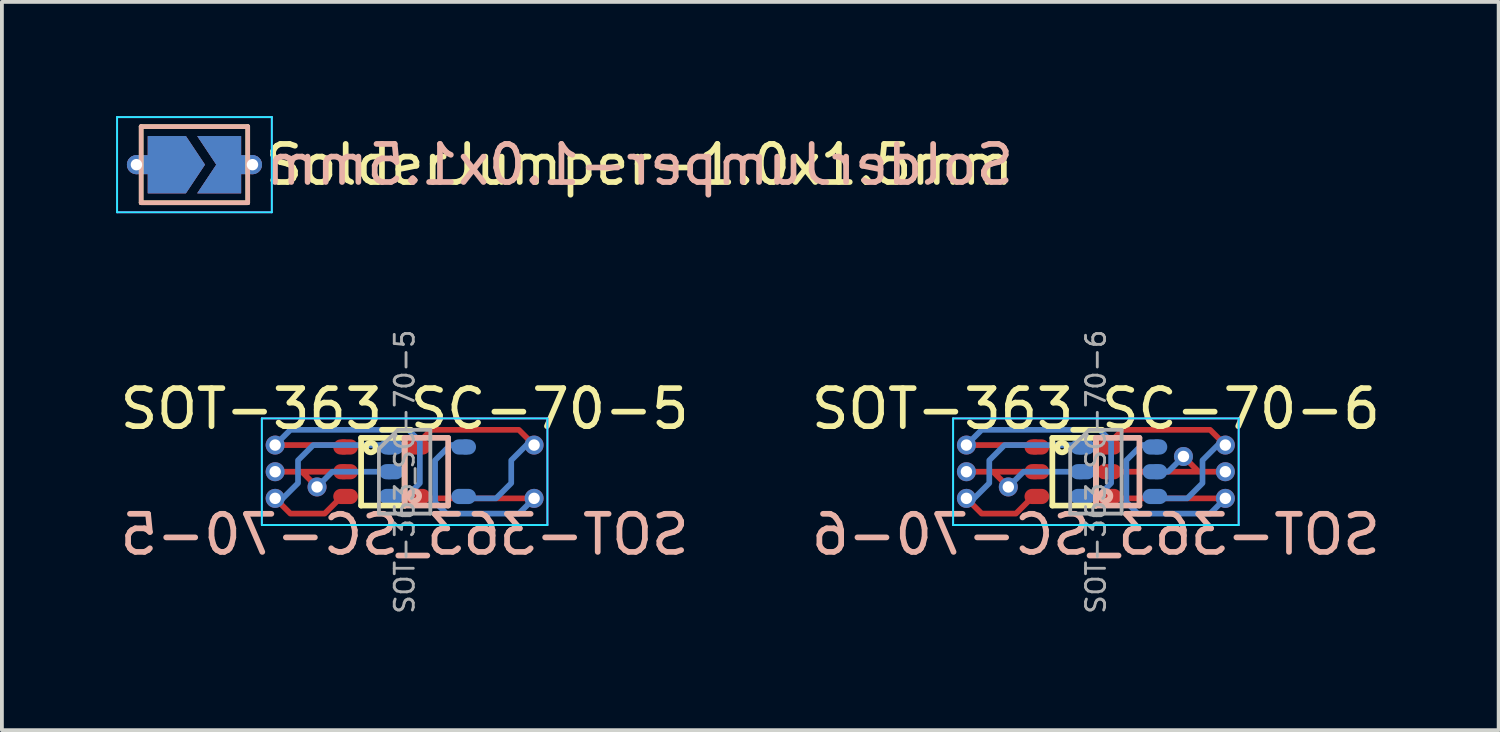
<source format=kicad_pcb>
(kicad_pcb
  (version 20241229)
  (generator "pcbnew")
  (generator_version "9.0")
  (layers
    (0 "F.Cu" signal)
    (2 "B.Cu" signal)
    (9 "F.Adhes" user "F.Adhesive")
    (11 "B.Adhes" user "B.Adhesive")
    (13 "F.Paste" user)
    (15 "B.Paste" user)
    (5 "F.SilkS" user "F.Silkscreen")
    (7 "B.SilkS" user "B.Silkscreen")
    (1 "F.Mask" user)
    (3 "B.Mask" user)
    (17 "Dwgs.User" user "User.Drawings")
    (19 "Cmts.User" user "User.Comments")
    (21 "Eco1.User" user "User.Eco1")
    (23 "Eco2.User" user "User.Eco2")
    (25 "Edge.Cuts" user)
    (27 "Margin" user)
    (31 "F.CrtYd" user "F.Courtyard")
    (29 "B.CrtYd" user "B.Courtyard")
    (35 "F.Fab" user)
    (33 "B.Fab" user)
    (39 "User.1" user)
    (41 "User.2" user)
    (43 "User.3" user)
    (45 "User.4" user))
  (footprint "SOT-363_SC-70-5"
    (layer "F.Cu")
    (at 7.577 9.339)
    (property "Reference" "SOT-363_SC-70-5" (at 0 -1.651 0) (layer "F.SilkS") (effects (font (size 1 1) (thickness 0.15))))
    (attr smd)
    (fp_line (start -1.143 -0.889) (end 0 -0.889) (stroke (width 0.15) (type solid)) (layer "F.SilkS"))
    (fp_line (start -1.143 0.889) (end -1.143 -0.889) (stroke (width 0.15) (type solid)) (layer "F.SilkS"))
    (fp_line (start 0 -0.889) (end 0 0.889) (stroke (width 0.15) (type solid)) (layer "F.SilkS"))
    (fp_line (start 0 0.889) (end -1.143 0.889) (stroke (width 0.15) (type solid)) (layer "F.SilkS"))
    (fp_circle (center -0.889 -0.635) (end -0.762 -0.635) (stroke (width 0.15) (type solid)) (fill no) (layer "F.SilkS"))
    (fp_line (start 0 -0.889) (end 1.143 -0.889) (stroke (width 0.15) (type solid)) (layer "B.SilkS"))
    (fp_line (start 0 0.889) (end 0 -0.889) (stroke (width 0.15) (type solid)) (layer "B.SilkS"))
    (fp_line (start 1.143 -0.889) (end 1.143 0.889) (stroke (width 0.15) (type solid)) (layer "B.SilkS"))
    (fp_line (start 1.143 0.889) (end 0 0.889) (stroke (width 0.15) (type solid)) (layer "B.SilkS"))
    (fp_circle (center 0.254 0.635) (end 0.127 0.635) (stroke (width 0.15) (type solid)) (fill no) (layer "B.SilkS"))
    (fp_line (start -3.75 -1.4) (end -3.75 1.4) (stroke (width 0.05) (type solid)) (layer "B.CrtYd"))
    (fp_line (start -3.75 -1.4) (end 3.75 -1.4) (stroke (width 0.05) (type solid)) (layer "B.CrtYd"))
    (fp_line (start -3.75 1.4) (end 3.75 1.4) (stroke (width 0.05) (type solid)) (layer "B.CrtYd"))
    (fp_line (start 3.75 1.4) (end 3.75 -1.4) (stroke (width 0.05) (type solid)) (layer "B.CrtYd"))
    (fp_line (start -3.75 -1.4) (end -3.75 1.4) (stroke (width 0.05) (type solid)) (layer "F.CrtYd"))
    (fp_line (start -3.75 -1.4) (end 3.75 -1.4) (stroke (width 0.05) (type solid)) (layer "F.CrtYd"))
    (fp_line (start -3.75 1.4) (end 3.75 1.4) (stroke (width 0.05) (type solid)) (layer "F.CrtYd"))
    (fp_line (start 3.75 1.4) (end 3.75 -1.4) (stroke (width 0.05) (type solid)) (layer "F.CrtYd"))
    (fp_line (start -0.675 -0.6) (end -0.675 1.1) (stroke (width 0.1) (type solid)) (layer "F.Fab"))
    (fp_line (start -0.175 -1.1) (end -0.675 -0.6) (stroke (width 0.1) (type solid)) (layer "F.Fab"))
    (fp_line (start 0.675 -1.1) (end -0.175 -1.1) (stroke (width 0.1) (type solid)) (layer "F.Fab"))
    (fp_line (start 0.675 -1.1) (end 0.675 1.1) (stroke (width 0.1) (type solid)) (layer "F.Fab"))
    (fp_line (start 0.675 1.1) (end -0.675 1.1) (stroke (width 0.1) (type solid)) (layer "F.Fab"))
    (fp_text user "${REFERENCE}" (at 0 1.651 0) (layer "B.SilkS") (effects (font (size 1 1) (thickness 0.15)) (justify mirror)))
    (fp_text user "${REFERENCE}" (at 0 0 90) (layer "F.Fab") (effects (font (size 0.5 0.5) (thickness 0.075))))
    (pad "1" thru_hole circle (at -3.4 -0.7) (size 0.5 0.5) (drill 0.3) (layers "*.Cu"))
    (pad "1" smd custom (at -1.6 -0.65) (size 0.4 0.4) (layers "F.Cu") (options (anchor circle)) (primitives (gr_line (start -1.8 -0.05) (end 0.1 -0.05) (width 0.15))))
    (pad "1" smd oval (at -1.55 -0.65) (size 0.65 0.4) (layers "F.Cu" "F.Mask" "F.Paste"))
    (pad "1" smd custom (at -0.4 0.65) (size 0.4 0.4) (layers "B.Cu") (options (anchor circle)) (primitives (gr_line (start -0.1 0.05) (end 0.4 0.05) (width 0.15)) (gr_line (start 0.8 -1.45) (end 0.5 -1.75) (width 0.15)) (gr_line (start 0.8 -0.35) (end 0.8 -1.45) (width 0.15)) (gr_line (start 0.4 0.05) (end 0.8 -0.35) (width 0.15)) (gr_line (start 0.5 -1.75) (end -2.6 -1.75) (width 0.15)) (gr_line (start -2.6 -1.75) (end -3 -1.35) (width 0.15))))
    (pad "1" smd oval (at -0.35 0.65) (size 0.65 0.4) (layers "B.Cu" "B.Mask" "B.Paste"))
    (pad "2" thru_hole circle (at -3.4 0) (size 0.5 0.5) (drill 0.3) (layers "*.Cu"))
    (pad "2" thru_hole circle (at -2.3 0.4) (size 0.5 0.5) (drill 0.3) (layers "*.Cu"))
    (pad "2" smd custom (at -1.6 0) (size 0.4 0.4) (layers "F.Cu") (options (anchor circle)) (primitives (gr_line (start -0.7 0.4) (end -1.1 0) (width 0.15)) (gr_line (start -1.8 0) (end 0.1 0) (width 0.15))))
    (pad "2" smd oval (at -1.55 0) (size 0.65 0.4) (layers "F.Cu" "F.Mask" "F.Paste"))
    (pad "2" smd custom (at -0.4 0) (size 0.4 0.4) (layers "B.Cu") (options (anchor circle)) (primitives (gr_line (start -1.5 0) (end -1.9 0.4) (width 0.15)) (gr_line (start 0.1 0) (end -1.5 0) (width 0.15))))
    (pad "2" smd oval (at -0.35 0) (size 0.65 0.4) (layers "B.Cu" "B.Mask" "B.Paste"))
    (pad "3" thru_hole circle (at -3.4 0.7) (size 0.5 0.5) (drill 0.3) (layers "*.Cu"))
    (pad "3" smd custom (at -1.6 0.65) (size 0.4 0.4) (layers "F.Cu") (options (anchor circle)) (primitives (gr_line (start -1.4 0.45) (end -0.5 0.45) (width 0.15)) (gr_line (start -0.1 0.05) (end -0.5 0.45) (width 0.15)) (gr_line (start -1.8 0.05) (end -1.4 0.45) (width 0.15))))
    (pad "3" smd oval (at -1.55 0.65) (size 0.65 0.4) (layers "F.Cu" "F.Mask" "F.Paste"))
    (pad "3" smd custom (at -0.4 -0.65) (size 0.4 0.4) (layers "B.Cu") (options (anchor circle)) (primitives (gr_line (start -2.8 1.35) (end -3 1.35) (width 0.15)) (gr_line (start -2.4 0.95) (end -2.4 0.35) (width 0.15)) (gr_line (start 0.1 -0.05) (end -2 -0.05) (width 0.15)) (gr_line (start -2.4 0.95) (end -2.8 1.35) (width 0.15)) (gr_line (start -2 -0.05) (end -2.4 0.35) (width 0.15))))
    (pad "3" smd oval (at -0.35 -0.65) (size 0.65 0.4) (layers "B.Cu" "B.Mask" "B.Paste"))
    (pad "4" smd oval (at 0.35 0.65) (size 0.65 0.4) (layers "F.Cu" "F.Mask" "F.Paste"))
    (pad "4" smd custom (at 0.4 0.65) (size 0.4 0.4) (layers "F.Cu") (options (anchor circle)) (primitives (gr_line (start 3 0.05) (end -0.1 0.05) (width 0.15))))
    (pad "4" smd oval (at 1.55 -0.65) (size 0.65 0.4) (layers "B.Cu" "B.Mask" "B.Paste"))
    (pad "4" smd custom (at 1.6 -0.65) (size 0.4 0.4) (layers "B.Cu") (options (anchor circle)) (primitives (gr_line (start -0.8 0.35) (end -0.8 1.45) (width 0.15)) (gr_line (start -0.8 1.45) (end -0.5 1.75) (width 0.15)) (gr_line (start 1.4 1.75) (end 1.8 1.35) (width 0.15)) (gr_line (start 0.1 -0.05) (end -0.4 -0.05) (width 0.15)) (gr_line (start -0.4 -0.05) (end -0.8 0.35) (width 0.15)) (gr_line (start -0.5 1.75) (end 1.4 1.75) (width 0.15))))
    (pad "4" thru_hole circle (at 3.4 0.7) (size 0.5 0.5) (drill 0.3) (layers "*.Cu"))
    (pad "5" smd oval (at 0.35 -0.65) (size 0.65 0.4) (layers "F.Cu" "F.Mask" "F.Paste"))
    (pad "5" smd custom (at 0.4 -0.65) (size 0.4 0.4) (layers "F.Cu") (options (anchor circle)) (primitives (gr_line (start 0.3 -0.45) (end -0.1 -0.05) (width 0.15)) (gr_line (start 0.3 -0.45) (end 2.6 -0.45) (width 0.15)) (gr_line (start 2.6 -0.45) (end 3 -0.05) (width 0.15))))
    (pad "5" smd oval (at 1.55 0.65) (size 0.65 0.4) (layers "B.Cu" "B.Mask" "B.Paste"))
    (pad "5" smd custom (at 1.6 0.65) (size 0.4 0.4) (layers "B.Cu") (options (anchor circle)) (primitives (gr_line (start 0.8 0.05) (end 1.2 -0.35) (width 0.15)) (gr_line (start 1.6 -1.35) (end 1.8 -1.35) (width 0.15)) (gr_line (start 1.2 -0.95) (end 1.6 -1.35) (width 0.15)) (gr_line (start -0.1 0.05) (end 0.8 0.05) (width 0.15)) (gr_line (start 1.2 -0.35) (end 1.2 -0.95) (width 0.15))))
    (pad "5" thru_hole circle (at 3.4 -0.7) (size 0.5 0.5) (drill 0.3) (layers "*.Cu")))
  (footprint "SolderJumper-1.0x1.5mm"
    (layer "F.Cu")
    (at 2.057 1.275)
    (property "Reference" "SolderJumper-1.0x1.5mm" (at 1.778 0 0) (layer "F.SilkS") (effects (font (size 1 1) (thickness 0.15)) (justify left)))
    (attr exclude_from_pos_files exclude_from_bom)
    (fp_line (start -1.4 -1) (end 1.4 -1) (stroke (width 0.12) (type solid)) (layer "F.SilkS"))
    (fp_line (start -1.4 1) (end -1.4 -1) (stroke (width 0.12) (type solid)) (layer "F.SilkS"))
    (fp_line (start 1.4 -1) (end 1.4 1) (stroke (width 0.12) (type solid)) (layer "F.SilkS"))
    (fp_line (start 1.4 1) (end -1.4 1) (stroke (width 0.12) (type solid)) (layer "F.SilkS"))
    (fp_line (start -1.4 -1) (end 1.4 -1) (stroke (width 0.12) (type solid)) (layer "B.SilkS"))
    (fp_line (start -1.4 1) (end -1.4 -1) (stroke (width 0.12) (type solid)) (layer "B.SilkS"))
    (fp_line (start 1.4 -1) (end 1.4 1) (stroke (width 0.12) (type solid)) (layer "B.SilkS"))
    (fp_line (start 1.4 1) (end -1.4 1) (stroke (width 0.12) (type solid)) (layer "B.SilkS"))
    (fp_line (start -2.032 -1.25) (end -2.032 1.25) (stroke (width 0.05) (type solid)) (layer "B.CrtYd"))
    (fp_line (start -2.032 -1.25) (end 2.032 -1.25) (stroke (width 0.05) (type solid)) (layer "B.CrtYd"))
    (fp_line (start 2.032 1.25) (end -2.032 1.25) (stroke (width 0.05) (type solid)) (layer "B.CrtYd"))
    (fp_line (start 2.032 1.25) (end 2.032 -1.25) (stroke (width 0.05) (type solid)) (layer "B.CrtYd"))
    (fp_line (start -2.032 -1.25) (end -2.032 1.25) (stroke (width 0.05) (type solid)) (layer "F.CrtYd"))
    (fp_line (start -2.032 -1.25) (end 2.032 -1.25) (stroke (width 0.05) (type solid)) (layer "F.CrtYd"))
    (fp_line (start 2.032 1.25) (end -2.032 1.25) (stroke (width 0.05) (type solid)) (layer "F.CrtYd"))
    (fp_line (start 2.032 1.25) (end 2.032 -1.25) (stroke (width 0.05) (type solid)) (layer "F.CrtYd"))
    (fp_text user "${REFERENCE}" (at 1.778 0 0) (layer "B.SilkS") (effects (font (size 1 1) (thickness 0.15)) (justify right mirror)))
    (pad "1" thru_hole circle (at -1.524 0) (size 0.5 0.5) (drill 0.3) (layers "*.Cu"))
    (pad "1" smd custom (at -0.725 0) (size 0.3 0.3) (layers "F.Cu") (options (anchor rect)) (primitives (gr_poly (pts (xy -0.5 -0.75) (xy 0.5 -0.75) (xy 1 0) (xy 0.5 0.75) (xy -0.5 0.75)) (width 0) (fill yes)) (gr_line (start -0.799 0) (end -0.037 0) (width 0.5))))
    (pad "1" smd custom (at -0.725 0) (size 0.3 0.3) (layers "F.Cu" "F.Mask") (options (anchor rect)) (primitives (gr_poly (pts (xy -0.5 -0.75) (xy 0.5 -0.75) (xy 1 0) (xy 0.5 0.75) (xy -0.5 0.75)) (width 0) (fill yes))))
    (pad "1" smd custom (at -0.725 0) (size 0.3 0.3) (layers "B.Cu") (options (anchor rect)) (primitives (gr_poly (pts (xy -0.5 -0.75) (xy 0.5 -0.75) (xy 1 0) (xy 0.5 0.75) (xy -0.5 0.75)) (width 0) (fill yes)) (gr_line (start -0.799 0) (end -0.037 0) (width 0.5))))
    (pad "1" smd custom (at -0.725 0) (size 0.3 0.3) (layers "B.Cu" "B.Mask") (options (anchor rect)) (primitives (gr_poly (pts (xy -0.5 -0.75) (xy 0.5 -0.75) (xy 1 0) (xy 0.5 0.75) (xy -0.5 0.75)) (width 0) (fill yes))))
    (pad "2" smd custom (at 0.725 0) (size 0.3 0.3) (layers "F.Cu") (options (anchor rect)) (primitives (gr_poly (pts (xy -0.65 -0.75) (xy 0.5 -0.75) (xy 0.5 0.75) (xy -0.65 0.75) (xy -0.15 0)) (width 0) (fill yes)) (gr_line (start 0.799 0) (end 0.291 0) (width 0.5))))
    (pad "2" smd custom (at 0.725 0) (size 0.3 0.3) (layers "F.Cu" "F.Mask") (options (anchor rect)) (primitives (gr_poly (pts (xy -0.65 -0.75) (xy 0.5 -0.75) (xy 0.5 0.75) (xy -0.65 0.75) (xy -0.15 0)) (width 0) (fill yes))))
    (pad "2" smd custom (at 0.725 0) (size 0.3 0.3) (layers "B.Cu") (options (anchor rect)) (primitives (gr_poly (pts (xy -0.65 -0.75) (xy 0.5 -0.75) (xy 0.5 0.75) (xy -0.65 0.75) (xy -0.15 0)) (width 0) (fill yes)) (gr_line (start 0.799 0) (end 0.291 0) (width 0.5))))
    (pad "2" smd custom (at 0.725 0) (size 0.3 0.3) (layers "B.Cu" "B.Mask") (options (anchor rect)) (primitives (gr_poly (pts (xy -0.65 -0.75) (xy 0.5 -0.75) (xy 0.5 0.75) (xy -0.65 0.75) (xy -0.15 0)) (width 0) (fill yes))))
    (pad "2" thru_hole circle (at 1.524 0) (size 0.5 0.5) (drill 0.3) (layers "*.Cu")))
  (footprint "SOT-363_SC-70-6"
    (layer "F.Cu")
    (at 25.732 9.339)
    (property "Reference" "SOT-363_SC-70-6" (at 0 -1.651 0) (layer "F.SilkS") (effects (font (size 1 1) (thickness 0.15))))
    (attr smd)
    (fp_line (start -1.143 -0.889) (end 0 -0.889) (stroke (width 0.15) (type solid)) (layer "F.SilkS"))
    (fp_line (start -1.143 0.889) (end -1.143 -0.889) (stroke (width 0.15) (type solid)) (layer "F.SilkS"))
    (fp_line (start 0 -0.889) (end 0 0.889) (stroke (width 0.15) (type solid)) (layer "F.SilkS"))
    (fp_line (start 0 0.889) (end -1.143 0.889) (stroke (width 0.15) (type solid)) (layer "F.SilkS"))
    (fp_circle (center -0.889 -0.635) (end -0.762 -0.635) (stroke (width 0.15) (type solid)) (fill no) (layer "F.SilkS"))
    (fp_line (start 0 -0.889) (end 1.143 -0.889) (stroke (width 0.15) (type solid)) (layer "B.SilkS"))
    (fp_line (start 0 0.889) (end 0 -0.889) (stroke (width 0.15) (type solid)) (layer "B.SilkS"))
    (fp_line (start 1.143 -0.889) (end 1.143 0.889) (stroke (width 0.15) (type solid)) (layer "B.SilkS"))
    (fp_line (start 1.143 0.889) (end 0 0.889) (stroke (width 0.15) (type solid)) (layer "B.SilkS"))
    (fp_circle (center 0.254 0.635) (end 0.127 0.635) (stroke (width 0.15) (type solid)) (fill no) (layer "B.SilkS"))
    (fp_line (start -3.75 -1.4) (end -3.75 1.4) (stroke (width 0.05) (type solid)) (layer "B.CrtYd"))
    (fp_line (start -3.75 -1.4) (end 3.75 -1.4) (stroke (width 0.05) (type solid)) (layer "B.CrtYd"))
    (fp_line (start -3.75 1.4) (end 3.75 1.4) (stroke (width 0.05) (type solid)) (layer "B.CrtYd"))
    (fp_line (start 3.75 1.4) (end 3.75 -1.4) (stroke (width 0.05) (type solid)) (layer "B.CrtYd"))
    (fp_line (start -3.75 -1.4) (end -3.75 1.4) (stroke (width 0.05) (type solid)) (layer "F.CrtYd"))
    (fp_line (start -3.75 -1.4) (end 3.75 -1.4) (stroke (width 0.05) (type solid)) (layer "F.CrtYd"))
    (fp_line (start -3.75 1.4) (end 3.75 1.4) (stroke (width 0.05) (type solid)) (layer "F.CrtYd"))
    (fp_line (start 3.75 1.4) (end 3.75 -1.4) (stroke (width 0.05) (type solid)) (layer "F.CrtYd"))
    (fp_line (start -0.675 -0.6) (end -0.675 1.1) (stroke (width 0.1) (type solid)) (layer "F.Fab"))
    (fp_line (start -0.175 -1.1) (end -0.675 -0.6) (stroke (width 0.1) (type solid)) (layer "F.Fab"))
    (fp_line (start 0.675 -1.1) (end -0.175 -1.1) (stroke (width 0.1) (type solid)) (layer "F.Fab"))
    (fp_line (start 0.675 -1.1) (end 0.675 1.1) (stroke (width 0.1) (type solid)) (layer "F.Fab"))
    (fp_line (start 0.675 1.1) (end -0.675 1.1) (stroke (width 0.1) (type solid)) (layer "F.Fab"))
    (fp_text user "${REFERENCE}" (at 0 1.651 0) (layer "B.SilkS") (effects (font (size 1 1) (thickness 0.15)) (justify mirror)))
    (fp_text user "${REFERENCE}" (at 0 0 90) (layer "F.Fab") (effects (font (size 0.5 0.5) (thickness 0.075))))
    (pad "1" thru_hole circle (at -3.4 -0.7) (size 0.5 0.5) (drill 0.3) (layers "*.Cu"))
    (pad "1" smd custom (at -1.6 -0.65) (size 0.4 0.4) (layers "F.Cu") (options (anchor circle)) (primitives (gr_line (start -1.8 -0.05) (end 0.1 -0.05) (width 0.15))))
    (pad "1" smd oval (at -1.55 -0.65) (size 0.65 0.4) (layers "F.Cu" "F.Mask" "F.Paste"))
    (pad "1" smd custom (at -0.4 0.65) (size 0.4 0.4) (layers "B.Cu") (options (anchor circle)) (primitives (gr_line (start -0.1 0.05) (end 0.4 0.05) (width 0.15)) (gr_line (start 0.8 -1.45) (end 0.5 -1.75) (width 0.15)) (gr_line (start 0.8 -0.35) (end 0.8 -1.45) (width 0.15)) (gr_line (start 0.4 0.05) (end 0.8 -0.35) (width 0.15)) (gr_line (start 0.5 -1.75) (end -2.6 -1.75) (width 0.15)) (gr_line (start -2.6 -1.75) (end -3 -1.35) (width 0.15))))
    (pad "1" smd oval (at -0.35 0.65) (size 0.65 0.4) (layers "B.Cu" "B.Mask" "B.Paste"))
    (pad "2" thru_hole circle (at -3.4 0) (size 0.5 0.5) (drill 0.3) (layers "*.Cu"))
    (pad "2" thru_hole circle (at -2.3 0.4) (size 0.5 0.5) (drill 0.3) (layers "*.Cu"))
    (pad "2" smd custom (at -1.6 0) (size 0.4 0.4) (layers "F.Cu") (options (anchor circle)) (primitives (gr_line (start -0.7 0.4) (end -1.1 0) (width 0.15)) (gr_line (start -1.8 0) (end 0.1 0) (width 0.15))))
    (pad "2" smd oval (at -1.55 0) (size 0.65 0.4) (layers "F.Cu" "F.Mask" "F.Paste"))
    (pad "2" smd custom (at -0.4 0) (size 0.4 0.4) (layers "B.Cu") (options (anchor circle)) (primitives (gr_line (start -1.5 0) (end -1.9 0.4) (width 0.15)) (gr_line (start 0.1 0) (end -1.5 0) (width 0.15))))
    (pad "2" smd oval (at -0.35 0) (size 0.65 0.4) (layers "B.Cu" "B.Mask" "B.Paste"))
    (pad "3" thru_hole circle (at -3.4 0.7) (size 0.5 0.5) (drill 0.3) (layers "*.Cu"))
    (pad "3" smd custom (at -1.6 0.65) (size 0.4 0.4) (layers "F.Cu") (options (anchor circle)) (primitives (gr_line (start -1.4 0.45) (end -0.5 0.45) (width 0.15)) (gr_line (start -0.1 0.05) (end -0.5 0.45) (width 0.15)) (gr_line (start -1.8 0.05) (end -1.4 0.45) (width 0.15))))
    (pad "3" smd oval (at -1.55 0.65) (size 0.65 0.4) (layers "F.Cu" "F.Mask" "F.Paste"))
    (pad "3" smd custom (at -0.4 -0.65) (size 0.4 0.4) (layers "B.Cu") (options (anchor circle)) (primitives (gr_line (start -2.8 1.35) (end -3 1.35) (width 0.15)) (gr_line (start -2.4 0.95) (end -2.4 0.35) (width 0.15)) (gr_line (start 0.1 -0.05) (end -2 -0.05) (width 0.15)) (gr_line (start -2.4 0.95) (end -2.8 1.35) (width 0.15)) (gr_line (start -2 -0.05) (end -2.4 0.35) (width 0.15))))
    (pad "3" smd oval (at -0.35 -0.65) (size 0.65 0.4) (layers "B.Cu" "B.Mask" "B.Paste"))
    (pad "4" smd oval (at 0.35 0.65) (size 0.65 0.4) (layers "F.Cu" "F.Mask" "F.Paste"))
    (pad "4" smd custom (at 0.4 0.65) (size 0.4 0.4) (layers "F.Cu") (options (anchor circle)) (primitives (gr_line (start 3 0.05) (end -0.1 0.05) (width 0.15))))
    (pad "4" smd oval (at 1.55 -0.65) (size 0.65 0.4) (layers "B.Cu" "B.Mask" "B.Paste"))
    (pad "4" smd custom (at 1.6 -0.65) (size 0.4 0.4) (layers "B.Cu") (options (anchor circle)) (primitives (gr_line (start -0.8 0.35) (end -0.8 1.45) (width 0.15)) (gr_line (start -0.8 1.45) (end -0.5 1.75) (width 0.15)) (gr_line (start 1.4 1.75) (end 1.8 1.35) (width 0.15)) (gr_line (start 0.1 -0.05) (end -0.4 -0.05) (width 0.15)) (gr_line (start -0.4 -0.05) (end -0.8 0.35) (width 0.15)) (gr_line (start -0.5 1.75) (end 1.4 1.75) (width 0.15))))
    (pad "4" thru_hole circle (at 3.4 0.7) (size 0.5 0.5) (drill 0.3) (layers "*.Cu"))
    (pad "5" smd oval (at 0.35 0) (size 0.65 0.4) (layers "F.Cu" "F.Mask" "F.Paste"))
    (pad "5" smd custom (at 0.4 0) (size 0.4 0.4) (layers "F.Cu") (options (anchor circle)) (primitives (gr_line (start 1.9 -0.4) (end 2.3 0) (width 0.15)) (gr_line (start 3 0) (end -0.1 0) (width 0.15))))
    (pad "5" smd oval (at 1.55 0) (size 0.65 0.4) (layers "B.Cu" "B.Mask" "B.Paste"))
    (pad "5" smd custom (at 1.6 0) (size 0.4 0.4) (layers "B.Cu") (options (anchor circle)) (primitives (gr_line (start -0.1 0) (end 0.3 0) (width 0.15)) (gr_line (start 0.3 0) (end 0.7 -0.4) (width 0.15))))
    (pad "5" thru_hole circle (at 2.3 -0.4) (size 0.5 0.5) (drill 0.3) (layers "*.Cu"))
    (pad "5" thru_hole circle (at 3.4 0) (size 0.5 0.5) (drill 0.3) (layers "*.Cu"))
    (pad "6" smd oval (at 0.35 -0.65) (size 0.65 0.4) (layers "F.Cu" "F.Mask" "F.Paste"))
    (pad "6" smd custom (at 0.4 -0.65) (size 0.4 0.4) (layers "F.Cu") (options (anchor circle)) (primitives (gr_line (start 0.3 -0.45) (end -0.1 -0.05) (width 0.15)) (gr_line (start 0.3 -0.45) (end 2.6 -0.45) (width 0.15)) (gr_line (start 2.6 -0.45) (end 3 -0.05) (width 0.15))))
    (pad "6" smd oval (at 1.55 0.65) (size 0.65 0.4) (layers "B.Cu" "B.Mask" "B.Paste"))
    (pad "6" smd custom (at 1.6 0.65) (size 0.4 0.4) (layers "B.Cu") (options (anchor circle)) (primitives (gr_line (start 0.8 0.05) (end 1.2 -0.35) (width 0.15)) (gr_line (start 1.6 -1.35) (end 1.8 -1.35) (width 0.15)) (gr_line (start 1.2 -0.95) (end 1.6 -1.35) (width 0.15)) (gr_line (start -0.1 0.05) (end 0.8 0.05) (width 0.15)) (gr_line (start 1.2 -0.35) (end 1.2 -0.95) (width 0.15))))
    (pad "6" thru_hole circle (at 3.4 -0.7) (size 0.5 0.5) (drill 0.3) (layers "*.Cu")))
  (gr_rect
    (start -3 -3)
    (end 36.31 16.127)
    (stroke (width 0.1) (type default))
    (fill no)
    (layer "Edge.Cuts")))
</source>
